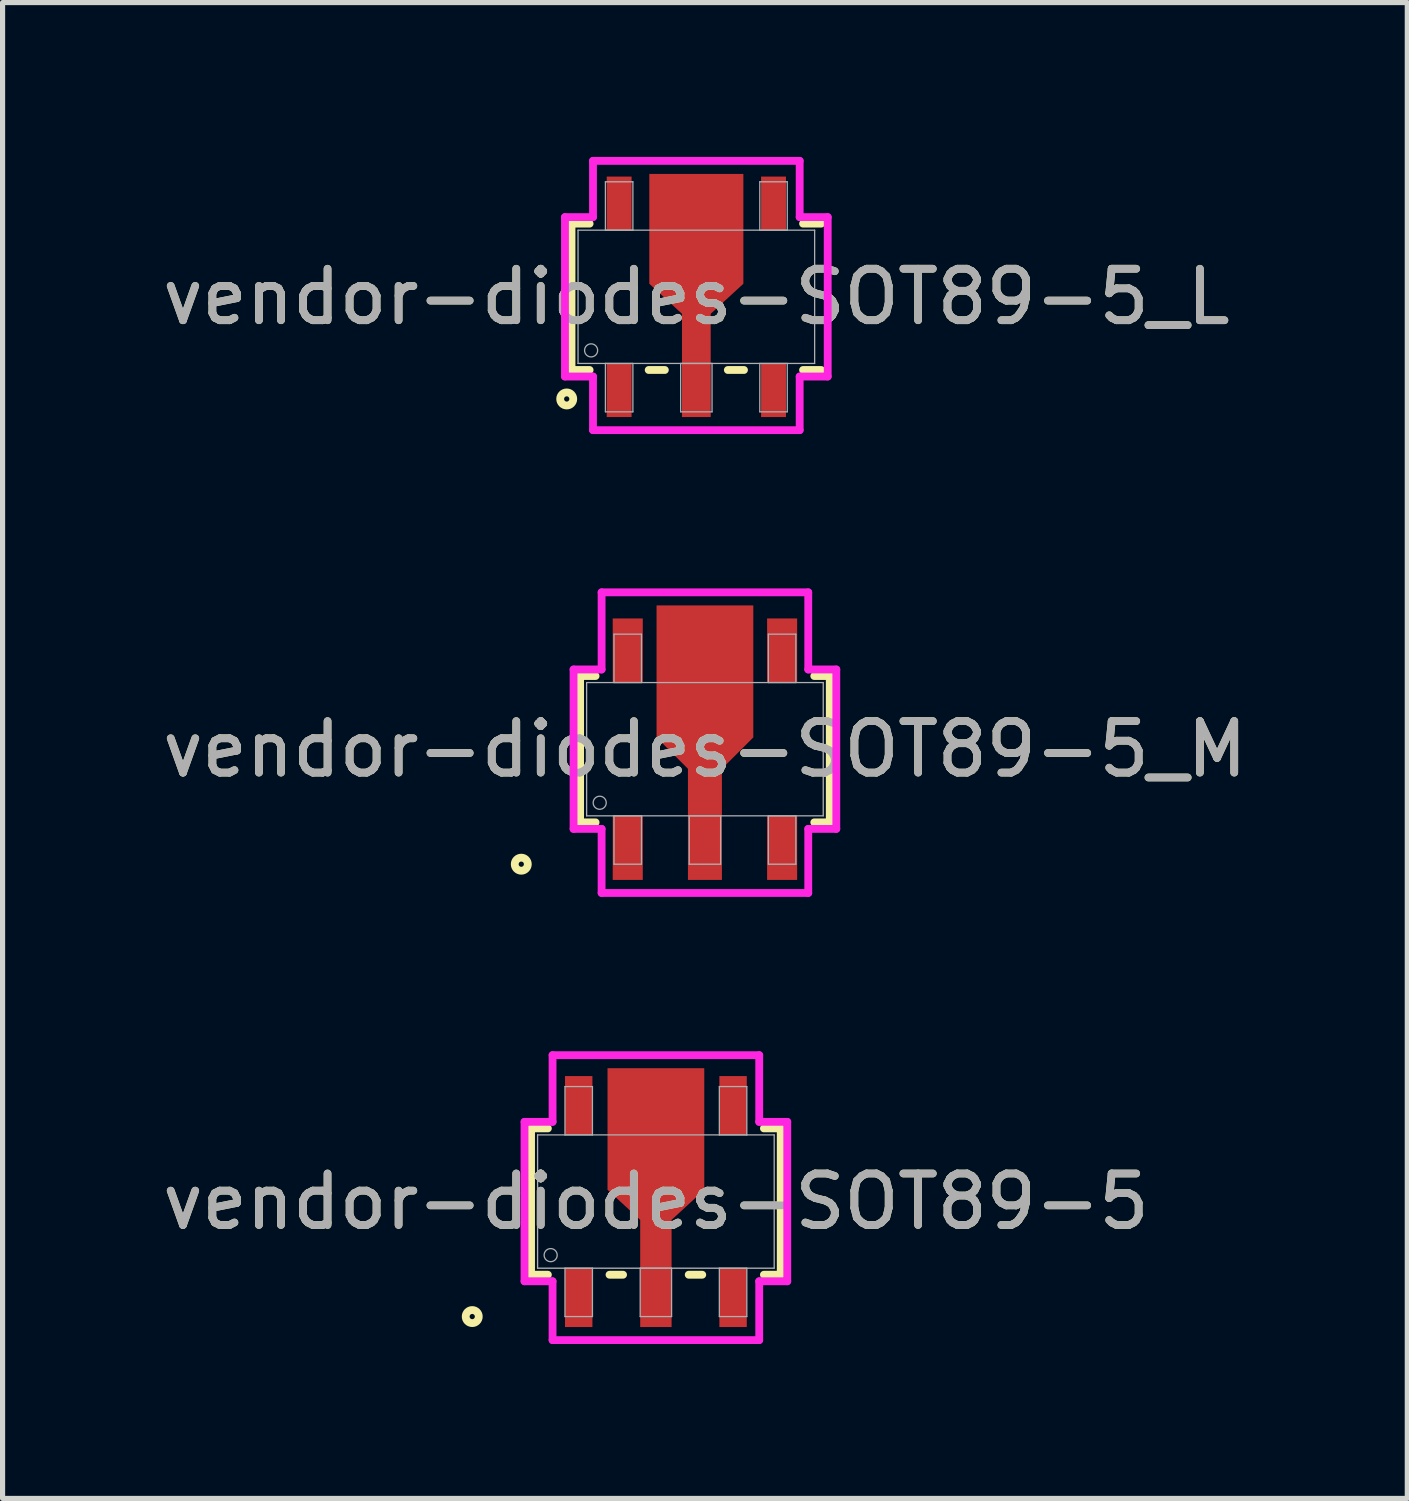
<source format=kicad_pcb>
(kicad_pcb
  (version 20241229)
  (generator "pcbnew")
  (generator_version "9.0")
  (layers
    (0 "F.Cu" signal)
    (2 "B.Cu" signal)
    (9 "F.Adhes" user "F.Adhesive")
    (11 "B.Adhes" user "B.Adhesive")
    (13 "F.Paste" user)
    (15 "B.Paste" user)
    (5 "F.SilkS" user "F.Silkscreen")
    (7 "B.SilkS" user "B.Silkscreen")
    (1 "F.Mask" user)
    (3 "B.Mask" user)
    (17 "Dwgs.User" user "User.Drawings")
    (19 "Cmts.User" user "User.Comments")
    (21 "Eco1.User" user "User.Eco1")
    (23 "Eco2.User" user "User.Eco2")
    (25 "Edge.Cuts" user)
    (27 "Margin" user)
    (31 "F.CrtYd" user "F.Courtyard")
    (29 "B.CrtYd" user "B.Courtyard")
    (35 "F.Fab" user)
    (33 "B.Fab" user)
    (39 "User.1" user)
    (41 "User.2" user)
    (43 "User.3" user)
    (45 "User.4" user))
  (footprint "vendor-diodes-SOT89-5_L"
    (layer "F.Cu")
    (at 10.482 2.718)
    (property "Reference" "vendor-diodes-SOT89-5_L" (at 0 0 0) (unlocked yes) (layer "F.SilkS") (effects (font (size 1 1) (thickness 0.15))))
    (attr smd)
    (fp_poly (pts (xy -0.279 1.295) (xy -0.279 0.33) (xy -0.914 -0.254) (xy -0.914 -2.388) (xy 0 -2.388) (xy 0.914 -2.388) (xy 0.914 -0.254) (xy 0.279 0.33) (xy 0.279 1.295)) (stroke (width 0) (type solid)) (fill yes) (layer "F.Cu"))
    (fp_poly (pts (xy -0.279 1.295) (xy -0.279 0.33) (xy -0.914 -0.254) (xy -0.914 -2.388) (xy 0 -2.388) (xy 0.914 -2.388) (xy 0.914 -0.254) (xy 0.279 0.33) (xy 0.279 1.295)) (stroke (width 0) (type solid)) (fill yes) (layer "F.Mask"))
    (fp_line (start -2.426 -1.422) (end -2.426 1.422) (stroke (width 0.152) (type solid)) (layer "F.SilkS"))
    (fp_line (start -2.426 1.422) (end -2.074 1.422) (stroke (width 0.152) (type solid)) (layer "F.SilkS"))
    (fp_line (start -2.074 -1.422) (end -2.426 -1.422) (stroke (width 0.152) (type solid)) (layer "F.SilkS"))
    (fp_line (start -0.926 1.422) (end -0.612 1.422) (stroke (width 0.152) (type solid)) (layer "F.SilkS"))
    (fp_line (start 0.612 1.422) (end 0.926 1.422) (stroke (width 0.152) (type solid)) (layer "F.SilkS"))
    (fp_line (start 2.074 1.422) (end 2.426 1.422) (stroke (width 0.152) (type solid)) (layer "F.SilkS"))
    (fp_line (start 2.426 -1.422) (end 2.074 -1.422) (stroke (width 0.152) (type solid)) (layer "F.SilkS"))
    (fp_circle (center -2.519 1.985) (end -2.392 1.985) (stroke (width 0.152) (type solid)) (fill no) (layer "F.SilkS"))
    (fp_poly (pts (xy -0.279 1.295) (xy -0.279 0.33) (xy -0.914 -0.254) (xy -0.914 -2.388) (xy 0 -2.388) (xy 0.914 -2.388) (xy 0.914 -0.254) (xy 0.279 0.33) (xy 0.279 1.295)) (stroke (width 0) (type solid)) (fill yes) (layer "F.Paste"))
    (fp_line (start -2.553 -1.549) (end -2.008 -1.549) (stroke (width 0.152) (type solid)) (layer "F.CrtYd"))
    (fp_line (start -2.553 1.549) (end -2.553 -1.549) (stroke (width 0.152) (type solid)) (layer "F.CrtYd"))
    (fp_line (start -2.008 -2.642) (end 2.008 -2.642) (stroke (width 0.152) (type solid)) (layer "F.CrtYd"))
    (fp_line (start -2.008 -1.549) (end -2.008 -2.642) (stroke (width 0.152) (type solid)) (layer "F.CrtYd"))
    (fp_line (start -2.008 1.549) (end -2.553 1.549) (stroke (width 0.152) (type solid)) (layer "F.CrtYd"))
    (fp_line (start -2.008 2.591) (end -2.008 1.549) (stroke (width 0.152) (type solid)) (layer "F.CrtYd"))
    (fp_line (start 2.008 -2.642) (end 2.008 -1.549) (stroke (width 0.152) (type solid)) (layer "F.CrtYd"))
    (fp_line (start 2.008 -1.549) (end 2.553 -1.549) (stroke (width 0.152) (type solid)) (layer "F.CrtYd"))
    (fp_line (start 2.008 1.549) (end 2.008 2.591) (stroke (width 0.152) (type solid)) (layer "F.CrtYd"))
    (fp_line (start 2.008 2.591) (end -2.008 2.591) (stroke (width 0.152) (type solid)) (layer "F.CrtYd"))
    (fp_line (start 2.553 -1.549) (end 2.553 1.549) (stroke (width 0.152) (type solid)) (layer "F.CrtYd"))
    (fp_line (start 2.553 1.549) (end 2.008 1.549) (stroke (width 0.152) (type solid)) (layer "F.CrtYd"))
    (fp_line (start -2.299 -1.295) (end -2.299 1.295) (stroke (width 0.025) (type solid)) (layer "F.Fab"))
    (fp_line (start -2.299 1.295) (end 2.299 1.295) (stroke (width 0.025) (type solid)) (layer "F.Fab"))
    (fp_line (start -1.767 -2.235) (end -1.767 -1.295) (stroke (width 0.025) (type solid)) (layer "F.Fab"))
    (fp_line (start -1.767 -1.295) (end -1.233 -1.295) (stroke (width 0.025) (type solid)) (layer "F.Fab"))
    (fp_line (start -1.767 1.295) (end -1.767 2.235) (stroke (width 0.025) (type solid)) (layer "F.Fab"))
    (fp_line (start -1.767 2.235) (end -1.233 2.235) (stroke (width 0.025) (type solid)) (layer "F.Fab"))
    (fp_line (start -1.233 -2.235) (end -1.767 -2.235) (stroke (width 0.025) (type solid)) (layer "F.Fab"))
    (fp_line (start -1.233 -1.295) (end -1.233 -2.235) (stroke (width 0.025) (type solid)) (layer "F.Fab"))
    (fp_line (start -1.233 1.295) (end -1.767 1.295) (stroke (width 0.025) (type solid)) (layer "F.Fab"))
    (fp_line (start -1.233 2.235) (end -1.233 1.295) (stroke (width 0.025) (type solid)) (layer "F.Fab"))
    (fp_line (start -0.305 1.295) (end -0.305 2.235) (stroke (width 0.025) (type solid)) (layer "F.Fab"))
    (fp_line (start -0.305 2.235) (end 0.305 2.235) (stroke (width 0.025) (type solid)) (layer "F.Fab"))
    (fp_line (start 0.305 1.295) (end -0.305 1.295) (stroke (width 0.025) (type solid)) (layer "F.Fab"))
    (fp_line (start 0.305 2.235) (end 0.305 1.295) (stroke (width 0.025) (type solid)) (layer "F.Fab"))
    (fp_line (start 1.233 -2.235) (end 1.233 -1.295) (stroke (width 0.025) (type solid)) (layer "F.Fab"))
    (fp_line (start 1.233 -1.295) (end 1.767 -1.295) (stroke (width 0.025) (type solid)) (layer "F.Fab"))
    (fp_line (start 1.233 1.295) (end 1.233 2.235) (stroke (width 0.025) (type solid)) (layer "F.Fab"))
    (fp_line (start 1.233 2.235) (end 1.767 2.235) (stroke (width 0.025) (type solid)) (layer "F.Fab"))
    (fp_line (start 1.767 -2.235) (end 1.233 -2.235) (stroke (width 0.025) (type solid)) (layer "F.Fab"))
    (fp_line (start 1.767 -1.295) (end 1.767 -2.235) (stroke (width 0.025) (type solid)) (layer "F.Fab"))
    (fp_line (start 1.767 1.295) (end 1.233 1.295) (stroke (width 0.025) (type solid)) (layer "F.Fab"))
    (fp_line (start 1.767 2.235) (end 1.767 1.295) (stroke (width 0.025) (type solid)) (layer "F.Fab"))
    (fp_line (start 2.299 -1.295) (end -2.299 -1.295) (stroke (width 0.025) (type solid)) (layer "F.Fab"))
    (fp_line (start 2.299 1.295) (end 2.299 -1.295) (stroke (width 0.025) (type solid)) (layer "F.Fab"))
    (fp_circle (center -2.045 1.041) (end -1.918 1.041) (stroke (width 0.025) (type solid)) (fill no) (layer "F.Fab"))
    (fp_text user "${REFERENCE}" (at 0 0 0) (unlocked yes) (layer "F.Fab") (effects (font (size 1 1) (thickness 0.15))))
    (pad "1" smd rect (at -1.5 1.816) (size 0.483 1.041) (layers "F.Cu" "F.Mask" "F.Paste"))
    (pad "2" smd rect (at 0 1.816) (size 0.559 1.041) (layers "F.Cu" "F.Mask" "F.Paste"))
    (pad "3" smd rect (at 1.5 1.816) (size 0.483 1.041) (layers "F.Cu" "F.Mask" "F.Paste"))
    (pad "4" smd rect (at 1.5 -1.816) (size 0.483 1.041) (layers "F.Cu" "F.Mask" "F.Paste"))
    (pad "5" smd rect (at -1.5 -1.816) (size 0.483 1.041) (layers "F.Cu" "F.Mask" "F.Paste")))
  (footprint "vendor-diodes-SOT89-5"
    (layer "F.Cu")
    (at 9.696 20.3)
    (property "Reference" "vendor-diodes-SOT89-5" (at 0 0 0) (unlocked yes) (layer "F.SilkS") (effects (font (size 1 1) (thickness 0.15))))
    (attr smd)
    (fp_poly (pts (xy -0.305 1.295) (xy -0.305 0.356) (xy -0.94 -0.229) (xy -0.94 -2.591) (xy -0.025 -2.591) (xy 0.025 -2.591) (xy 0.94 -2.591) (xy 0.94 -0.229) (xy 0.305 0.356) (xy 0.305 1.295)) (stroke (width 0) (type solid)) (fill yes) (layer "F.Cu"))
    (fp_poly (pts (xy -0.305 1.295) (xy -0.305 0.356) (xy -0.94 -0.229) (xy -0.94 -2.591) (xy -0.025 -2.591) (xy 0.025 -2.591) (xy 0.94 -2.591) (xy 0.94 -0.229) (xy 0.305 0.356) (xy 0.305 1.295)) (stroke (width 0) (type solid)) (fill yes) (layer "F.Mask"))
    (fp_line (start -2.426 -1.422) (end -2.426 1.422) (stroke (width 0.152) (type solid)) (layer "F.SilkS"))
    (fp_line (start -2.426 1.422) (end -2.099 1.422) (stroke (width 0.152) (type solid)) (layer "F.SilkS"))
    (fp_line (start -2.099 -1.422) (end -2.426 -1.422) (stroke (width 0.152) (type solid)) (layer "F.SilkS"))
    (fp_line (start -0.901 1.422) (end -0.638 1.422) (stroke (width 0.152) (type solid)) (layer "F.SilkS"))
    (fp_line (start 0.638 1.422) (end 0.901 1.422) (stroke (width 0.152) (type solid)) (layer "F.SilkS"))
    (fp_line (start 2.099 1.422) (end 2.426 1.422) (stroke (width 0.152) (type solid)) (layer "F.SilkS"))
    (fp_line (start 2.426 -1.422) (end 2.099 -1.422) (stroke (width 0.152) (type solid)) (layer "F.SilkS"))
    (fp_line (start 2.426 1.422) (end 2.426 -1.422) (stroke (width 0.152) (type solid)) (layer "F.SilkS"))
    (fp_circle (center -3.569 2.235) (end -3.442 2.235) (stroke (width 0.152) (type solid)) (fill no) (layer "F.SilkS"))
    (fp_poly (pts (xy -0.305 1.295) (xy -0.305 0.356) (xy -0.94 -0.229) (xy -0.94 -2.591) (xy -0.025 -2.591) (xy 0.025 -2.591) (xy 0.94 -2.591) (xy 0.94 -0.229) (xy 0.305 0.356) (xy 0.305 1.295)) (stroke (width 0) (type solid)) (fill yes) (layer "F.Paste"))
    (fp_line (start -2.553 -1.549) (end -2.008 -1.549) (stroke (width 0.152) (type solid)) (layer "F.CrtYd"))
    (fp_line (start -2.553 1.549) (end -2.553 -1.549) (stroke (width 0.152) (type solid)) (layer "F.CrtYd"))
    (fp_line (start -2.008 -2.845) (end 2.008 -2.845) (stroke (width 0.152) (type solid)) (layer "F.CrtYd"))
    (fp_line (start -2.008 -1.549) (end -2.008 -2.845) (stroke (width 0.152) (type solid)) (layer "F.CrtYd"))
    (fp_line (start -2.008 1.549) (end -2.553 1.549) (stroke (width 0.152) (type solid)) (layer "F.CrtYd"))
    (fp_line (start -2.008 2.692) (end -2.008 1.549) (stroke (width 0.152) (type solid)) (layer "F.CrtYd"))
    (fp_line (start 2.008 -2.845) (end 2.008 -1.549) (stroke (width 0.152) (type solid)) (layer "F.CrtYd"))
    (fp_line (start 2.008 -1.549) (end 2.553 -1.549) (stroke (width 0.152) (type solid)) (layer "F.CrtYd"))
    (fp_line (start 2.008 1.549) (end 2.008 2.692) (stroke (width 0.152) (type solid)) (layer "F.CrtYd"))
    (fp_line (start 2.008 2.692) (end -2.008 2.692) (stroke (width 0.152) (type solid)) (layer "F.CrtYd"))
    (fp_line (start 2.553 -1.549) (end 2.553 1.549) (stroke (width 0.152) (type solid)) (layer "F.CrtYd"))
    (fp_line (start 2.553 1.549) (end 2.008 1.549) (stroke (width 0.152) (type solid)) (layer "F.CrtYd"))
    (fp_line (start -2.299 -1.295) (end -2.299 1.295) (stroke (width 0.025) (type solid)) (layer "F.Fab"))
    (fp_line (start -2.299 1.295) (end 2.299 1.295) (stroke (width 0.025) (type solid)) (layer "F.Fab"))
    (fp_line (start -1.767 -2.235) (end -1.767 -1.295) (stroke (width 0.025) (type solid)) (layer "F.Fab"))
    (fp_line (start -1.767 -1.295) (end -1.233 -1.295) (stroke (width 0.025) (type solid)) (layer "F.Fab"))
    (fp_line (start -1.767 1.295) (end -1.767 2.235) (stroke (width 0.025) (type solid)) (layer "F.Fab"))
    (fp_line (start -1.767 2.235) (end -1.233 2.235) (stroke (width 0.025) (type solid)) (layer "F.Fab"))
    (fp_line (start -1.233 -2.235) (end -1.767 -2.235) (stroke (width 0.025) (type solid)) (layer "F.Fab"))
    (fp_line (start -1.233 -1.295) (end -1.233 -2.235) (stroke (width 0.025) (type solid)) (layer "F.Fab"))
    (fp_line (start -1.233 1.295) (end -1.767 1.295) (stroke (width 0.025) (type solid)) (layer "F.Fab"))
    (fp_line (start -1.233 2.235) (end -1.233 1.295) (stroke (width 0.025) (type solid)) (layer "F.Fab"))
    (fp_line (start -0.305 1.295) (end -0.305 2.235) (stroke (width 0.025) (type solid)) (layer "F.Fab"))
    (fp_line (start -0.305 2.235) (end 0.305 2.235) (stroke (width 0.025) (type solid)) (layer "F.Fab"))
    (fp_line (start 0.305 1.295) (end -0.305 1.295) (stroke (width 0.025) (type solid)) (layer "F.Fab"))
    (fp_line (start 0.305 2.235) (end 0.305 1.295) (stroke (width 0.025) (type solid)) (layer "F.Fab"))
    (fp_line (start 1.233 -2.235) (end 1.233 -1.295) (stroke (width 0.025) (type solid)) (layer "F.Fab"))
    (fp_line (start 1.233 -1.295) (end 1.767 -1.295) (stroke (width 0.025) (type solid)) (layer "F.Fab"))
    (fp_line (start 1.233 1.295) (end 1.233 2.235) (stroke (width 0.025) (type solid)) (layer "F.Fab"))
    (fp_line (start 1.233 2.235) (end 1.767 2.235) (stroke (width 0.025) (type solid)) (layer "F.Fab"))
    (fp_line (start 1.767 -2.235) (end 1.233 -2.235) (stroke (width 0.025) (type solid)) (layer "F.Fab"))
    (fp_line (start 1.767 -1.295) (end 1.767 -2.235) (stroke (width 0.025) (type solid)) (layer "F.Fab"))
    (fp_line (start 1.767 1.295) (end 1.233 1.295) (stroke (width 0.025) (type solid)) (layer "F.Fab"))
    (fp_line (start 1.767 2.235) (end 1.767 1.295) (stroke (width 0.025) (type solid)) (layer "F.Fab"))
    (fp_line (start 2.299 -1.295) (end -2.299 -1.295) (stroke (width 0.025) (type solid)) (layer "F.Fab"))
    (fp_line (start 2.299 1.295) (end 2.299 -1.295) (stroke (width 0.025) (type solid)) (layer "F.Fab"))
    (fp_circle (center -2.045 1.041) (end -1.918 1.041) (stroke (width 0.025) (type solid)) (fill no) (layer "F.Fab"))
    (fp_text user "${REFERENCE}" (at 0 0 0) (unlocked yes) (layer "F.Fab") (effects (font (size 1 1) (thickness 0.15))))
    (pad "1" smd rect (at -1.5 1.867) (size 0.533 1.143) (layers "F.Cu" "F.Mask" "F.Paste"))
    (pad "2" smd rect (at 0 1.867) (size 0.61 1.143) (layers "F.Cu" "F.Mask" "F.Paste"))
    (pad "3" smd rect (at 1.5 1.867) (size 0.533 1.143) (layers "F.Cu" "F.Mask" "F.Paste"))
    (pad "4" smd rect (at 1.5 -1.867) (size 0.533 1.143) (layers "F.Cu" "F.Mask" "F.Paste"))
    (pad "5" smd rect (at -1.5 -1.867) (size 0.533 1.143) (layers "F.Cu" "F.Mask" "F.Paste")))
  (footprint "vendor-diodes-SOT89-5_M"
    (layer "F.Cu")
    (at 10.649 11.509)
    (property "Reference" "vendor-diodes-SOT89-5_M" (at 0 0 0) (unlocked yes) (layer "F.SilkS") (effects (font (size 1 1) (thickness 0.15))))
    (attr smd)
    (fp_poly (pts (xy -0.33 1.295) (xy -0.33 0.381) (xy -0.94 -0.229) (xy -0.94 -2.794) (xy -0.025 -2.794) (xy 0.025 -2.794) (xy 0.94 -2.794) (xy 0.94 -0.229) (xy 0.33 0.381) (xy 0.33 1.295)) (stroke (width 0) (type solid)) (fill yes) (layer "F.Cu"))
    (fp_poly (pts (xy -0.33 1.295) (xy -0.33 0.381) (xy -0.94 -0.229) (xy -0.94 -2.794) (xy -0.025 -2.794) (xy 0.025 -2.794) (xy 0.94 -2.794) (xy 0.94 -0.229) (xy 0.33 0.381) (xy 0.33 1.295)) (stroke (width 0) (type solid)) (fill yes) (layer "F.Mask"))
    (fp_line (start -2.426 -1.422) (end -2.426 1.422) (stroke (width 0.152) (type solid)) (layer "F.SilkS"))
    (fp_line (start -2.426 1.422) (end -2.125 1.422) (stroke (width 0.152) (type solid)) (layer "F.SilkS"))
    (fp_line (start -2.125 -1.422) (end -2.426 -1.422) (stroke (width 0.152) (type solid)) (layer "F.SilkS"))
    (fp_line (start 2.125 1.422) (end 2.426 1.422) (stroke (width 0.152) (type solid)) (layer "F.SilkS"))
    (fp_line (start 2.426 -1.422) (end 2.125 -1.422) (stroke (width 0.152) (type solid)) (layer "F.SilkS"))
    (fp_line (start 2.426 1.422) (end 2.426 -1.422) (stroke (width 0.152) (type solid)) (layer "F.SilkS"))
    (fp_circle (center -3.569 2.235) (end -3.442 2.235) (stroke (width 0.152) (type solid)) (fill no) (layer "F.SilkS"))
    (fp_poly (pts (xy -0.33 1.295) (xy -0.33 0.381) (xy -0.94 -0.229) (xy -0.94 -2.794) (xy -0.025 -2.794) (xy 0.025 -2.794) (xy 0.94 -2.794) (xy 0.94 -0.229) (xy 0.33 0.381) (xy 0.33 1.295)) (stroke (width 0) (type solid)) (fill yes) (layer "F.Paste"))
    (fp_line (start -2.553 -1.549) (end -2.008 -1.549) (stroke (width 0.152) (type solid)) (layer "F.CrtYd"))
    (fp_line (start -2.553 1.549) (end -2.553 -1.549) (stroke (width 0.152) (type solid)) (layer "F.CrtYd"))
    (fp_line (start -2.008 -3.048) (end 2.008 -3.048) (stroke (width 0.152) (type solid)) (layer "F.CrtYd"))
    (fp_line (start -2.008 -1.549) (end -2.008 -3.048) (stroke (width 0.152) (type solid)) (layer "F.CrtYd"))
    (fp_line (start -2.008 1.549) (end -2.553 1.549) (stroke (width 0.152) (type solid)) (layer "F.CrtYd"))
    (fp_line (start -2.008 2.794) (end -2.008 1.549) (stroke (width 0.152) (type solid)) (layer "F.CrtYd"))
    (fp_line (start 2.008 -3.048) (end 2.008 -1.549) (stroke (width 0.152) (type solid)) (layer "F.CrtYd"))
    (fp_line (start 2.008 -1.549) (end 2.553 -1.549) (stroke (width 0.152) (type solid)) (layer "F.CrtYd"))
    (fp_line (start 2.008 1.549) (end 2.008 2.794) (stroke (width 0.152) (type solid)) (layer "F.CrtYd"))
    (fp_line (start 2.008 2.794) (end -2.008 2.794) (stroke (width 0.152) (type solid)) (layer "F.CrtYd"))
    (fp_line (start 2.553 -1.549) (end 2.553 1.549) (stroke (width 0.152) (type solid)) (layer "F.CrtYd"))
    (fp_line (start 2.553 1.549) (end 2.008 1.549) (stroke (width 0.152) (type solid)) (layer "F.CrtYd"))
    (fp_line (start -2.299 -1.295) (end -2.299 1.295) (stroke (width 0.025) (type solid)) (layer "F.Fab"))
    (fp_line (start -2.299 1.295) (end 2.299 1.295) (stroke (width 0.025) (type solid)) (layer "F.Fab"))
    (fp_line (start -1.767 -2.235) (end -1.767 -1.295) (stroke (width 0.025) (type solid)) (layer "F.Fab"))
    (fp_line (start -1.767 -1.295) (end -1.233 -1.295) (stroke (width 0.025) (type solid)) (layer "F.Fab"))
    (fp_line (start -1.767 1.295) (end -1.767 2.235) (stroke (width 0.025) (type solid)) (layer "F.Fab"))
    (fp_line (start -1.767 2.235) (end -1.233 2.235) (stroke (width 0.025) (type solid)) (layer "F.Fab"))
    (fp_line (start -1.233 -2.235) (end -1.767 -2.235) (stroke (width 0.025) (type solid)) (layer "F.Fab"))
    (fp_line (start -1.233 -1.295) (end -1.233 -2.235) (stroke (width 0.025) (type solid)) (layer "F.Fab"))
    (fp_line (start -1.233 1.295) (end -1.767 1.295) (stroke (width 0.025) (type solid)) (layer "F.Fab"))
    (fp_line (start -1.233 2.235) (end -1.233 1.295) (stroke (width 0.025) (type solid)) (layer "F.Fab"))
    (fp_line (start -0.305 1.295) (end -0.305 2.235) (stroke (width 0.025) (type solid)) (layer "F.Fab"))
    (fp_line (start -0.305 2.235) (end 0.305 2.235) (stroke (width 0.025) (type solid)) (layer "F.Fab"))
    (fp_line (start 0.305 1.295) (end -0.305 1.295) (stroke (width 0.025) (type solid)) (layer "F.Fab"))
    (fp_line (start 0.305 2.235) (end 0.305 1.295) (stroke (width 0.025) (type solid)) (layer "F.Fab"))
    (fp_line (start 1.233 -2.235) (end 1.233 -1.295) (stroke (width 0.025) (type solid)) (layer "F.Fab"))
    (fp_line (start 1.233 -1.295) (end 1.767 -1.295) (stroke (width 0.025) (type solid)) (layer "F.Fab"))
    (fp_line (start 1.233 1.295) (end 1.233 2.235) (stroke (width 0.025) (type solid)) (layer "F.Fab"))
    (fp_line (start 1.233 2.235) (end 1.767 2.235) (stroke (width 0.025) (type solid)) (layer "F.Fab"))
    (fp_line (start 1.767 -2.235) (end 1.233 -2.235) (stroke (width 0.025) (type solid)) (layer "F.Fab"))
    (fp_line (start 1.767 -1.295) (end 1.767 -2.235) (stroke (width 0.025) (type solid)) (layer "F.Fab"))
    (fp_line (start 1.767 1.295) (end 1.233 1.295) (stroke (width 0.025) (type solid)) (layer "F.Fab"))
    (fp_line (start 1.767 2.235) (end 1.767 1.295) (stroke (width 0.025) (type solid)) (layer "F.Fab"))
    (fp_line (start 2.299 -1.295) (end -2.299 -1.295) (stroke (width 0.025) (type solid)) (layer "F.Fab"))
    (fp_line (start 2.299 1.295) (end 2.299 -1.295) (stroke (width 0.025) (type solid)) (layer "F.Fab"))
    (fp_circle (center -2.045 1.041) (end -1.918 1.041) (stroke (width 0.025) (type solid)) (fill no) (layer "F.Fab"))
    (fp_text user "${REFERENCE}" (at 0 0 0) (unlocked yes) (layer "F.Fab") (effects (font (size 1 1) (thickness 0.15))))
    (pad "1" smd rect (at -1.5 1.918) (size 0.584 1.245) (layers "F.Cu" "F.Mask" "F.Paste"))
    (pad "2" smd rect (at 0 1.918) (size 0.66 1.245) (layers "F.Cu" "F.Mask" "F.Paste"))
    (pad "3" smd rect (at 1.5 1.918) (size 0.584 1.245) (layers "F.Cu" "F.Mask" "F.Paste"))
    (pad "4" smd rect (at 1.5 -1.918) (size 0.584 1.245) (layers "F.Cu" "F.Mask" "F.Paste"))
    (pad "5" smd rect (at -1.5 -1.918) (size 0.584 1.245) (layers "F.Cu" "F.Mask" "F.Paste")))
  (gr_rect
    (start -3 -3)
    (end 24.298 26.069)
    (stroke (width 0.1) (type default))
    (fill no)
    (layer "Edge.Cuts")))
</source>
